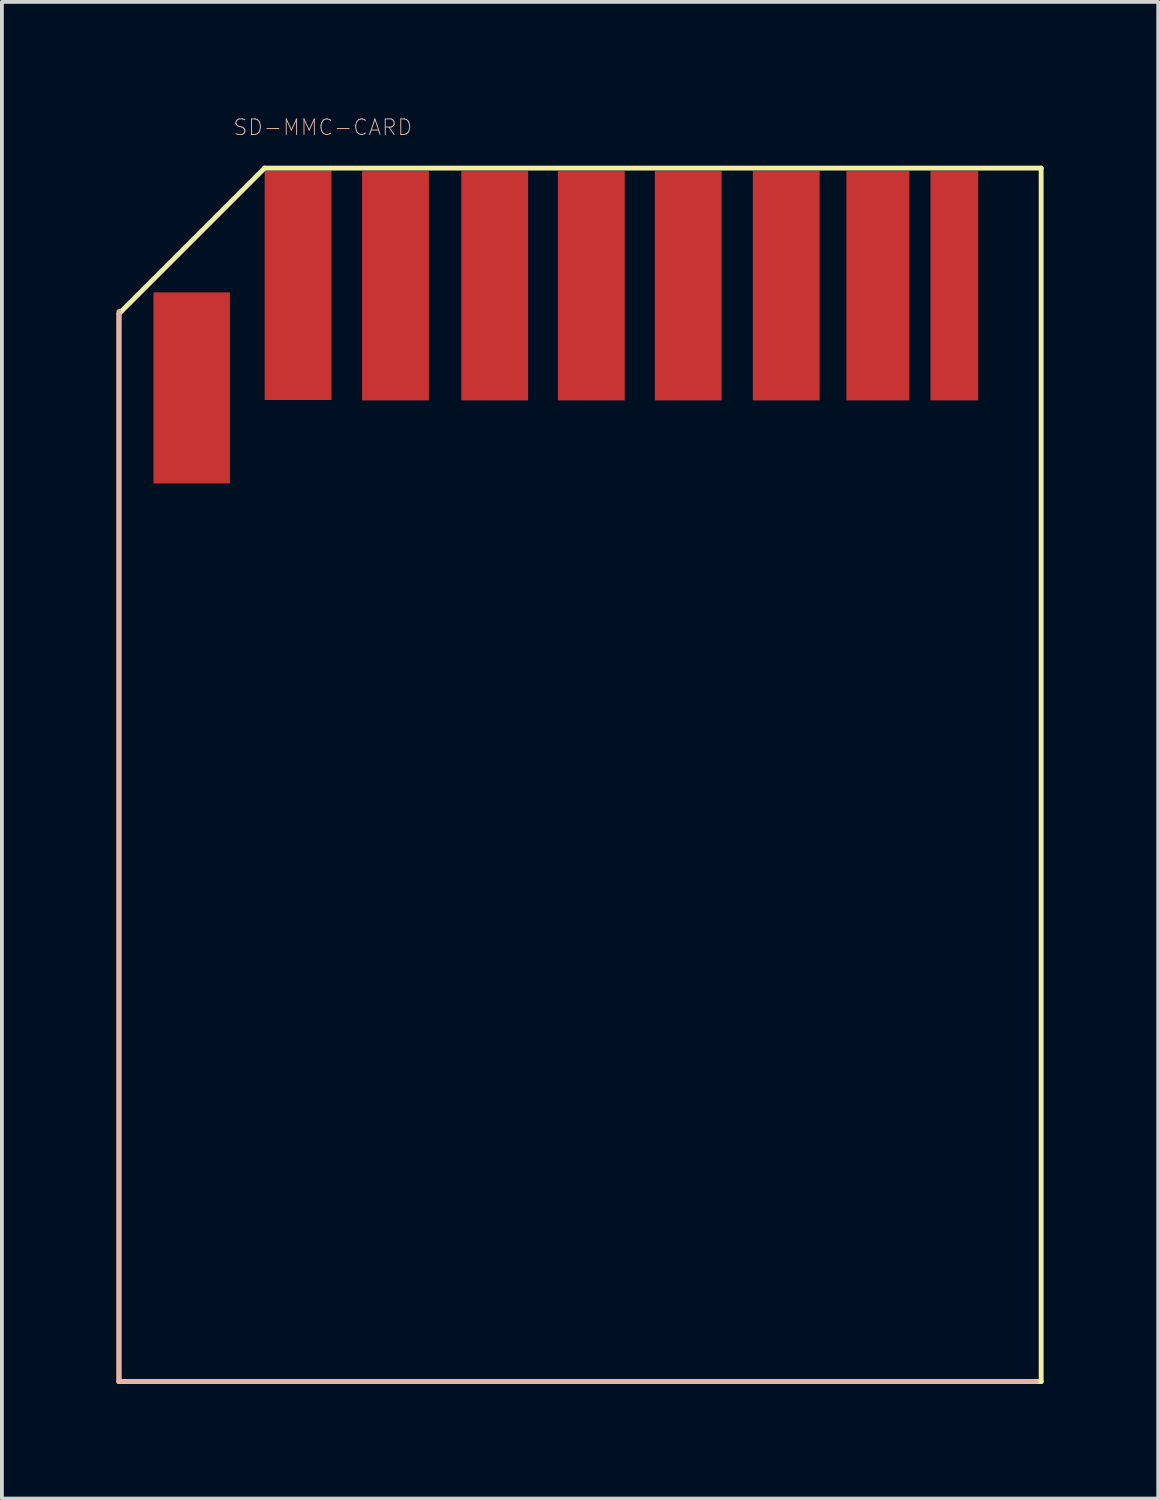
<source format=kicad_pcb>
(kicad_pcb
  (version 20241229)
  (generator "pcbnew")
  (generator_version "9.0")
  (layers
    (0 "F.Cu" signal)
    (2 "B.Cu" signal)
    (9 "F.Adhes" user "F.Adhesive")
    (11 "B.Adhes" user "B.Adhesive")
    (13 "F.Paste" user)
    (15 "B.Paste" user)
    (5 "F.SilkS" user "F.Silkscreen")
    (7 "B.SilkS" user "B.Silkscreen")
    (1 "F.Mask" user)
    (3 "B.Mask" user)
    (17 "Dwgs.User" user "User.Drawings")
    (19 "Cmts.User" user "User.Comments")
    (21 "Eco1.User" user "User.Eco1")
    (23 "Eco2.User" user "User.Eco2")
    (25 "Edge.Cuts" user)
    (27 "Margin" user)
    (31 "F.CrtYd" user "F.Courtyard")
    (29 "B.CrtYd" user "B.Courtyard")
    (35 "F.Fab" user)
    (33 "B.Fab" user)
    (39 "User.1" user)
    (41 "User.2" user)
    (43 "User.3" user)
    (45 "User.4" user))
  (footprint "SD-MMC-CARD"
    (layer "F.Cu")
    (at 11.493 19.129)
    (property "Reference" "SD-MMC-CARD" (at -6.096 -18.847 180) (layer "B.SilkS") (effects (font (size 0.406 0.406) (thickness 0.025))))
    (attr smd)
    (fp_line (start -11.43 -13.97) (end -7.62 -17.78) (stroke (width 0.127) (type solid)) (layer "F.SilkS"))
    (fp_line (start -11.43 13.97) (end -11.43 -13.97) (stroke (width 0.127) (type solid)) (layer "F.SilkS"))
    (fp_line (start -7.62 -17.78) (end 12.7 -17.78) (stroke (width 0.127) (type solid)) (layer "F.SilkS"))
    (fp_line (start 12.7 -17.78) (end 12.7 13.97) (stroke (width 0.127) (type solid)) (layer "F.SilkS"))
    (fp_line (start 12.7 13.97) (end -11.43 13.97) (stroke (width 0.127) (type solid)) (layer "F.SilkS"))
    (fp_line (start -11.43 -14.028) (end -11.43 13.97) (stroke (width 0.127) (type solid)) (layer "B.SilkS"))
    (fp_line (start -11.43 13.97) (end 12.568 13.97) (stroke (width 0.127) (type solid)) (layer "B.SilkS"))
    (pad "1" smd rect (at -6.744 -14.712 180) (size 1.748 5.999) (layers "F.Cu" "F.Mask" "F.Paste"))
    (pad "2" smd rect (at -4.194 -14.702 180) (size 1.748 5.999) (layers "F.Cu" "F.Mask" "F.Paste"))
    (pad "3" smd rect (at -1.598 -14.702 180) (size 1.748 5.999) (layers "F.Cu" "F.Mask" "F.Paste"))
    (pad "4" smd rect (at 0.93 -14.702 180) (size 1.748 5.999) (layers "F.Cu" "F.Mask" "F.Paste"))
    (pad "5" smd rect (at 3.465 -14.702 180) (size 1.748 5.999) (layers "F.Cu" "F.Mask" "F.Paste"))
    (pad "6" smd rect (at 6.03 -14.702 180) (size 1.748 5.999) (layers "F.Cu" "F.Mask" "F.Paste"))
    (pad "7" smd rect (at 8.428 -14.702 180) (size 1.648 5.999) (layers "F.Cu" "F.Mask" "F.Paste"))
    (pad "8" smd rect (at 10.429 -14.702 180) (size 1.25 5.999) (layers "F.Cu" "F.Mask" "F.Paste"))
    (pad "9" smd rect (at -9.528 -12.029 180) (size 1.999 4.999) (layers "F.Cu" "F.Mask" "F.Paste")))
  (gr_rect
    (start -3 -3)
    (end 27.257 36.163)
    (stroke (width 0.1) (type default))
    (fill no)
    (layer "Edge.Cuts")))
</source>
